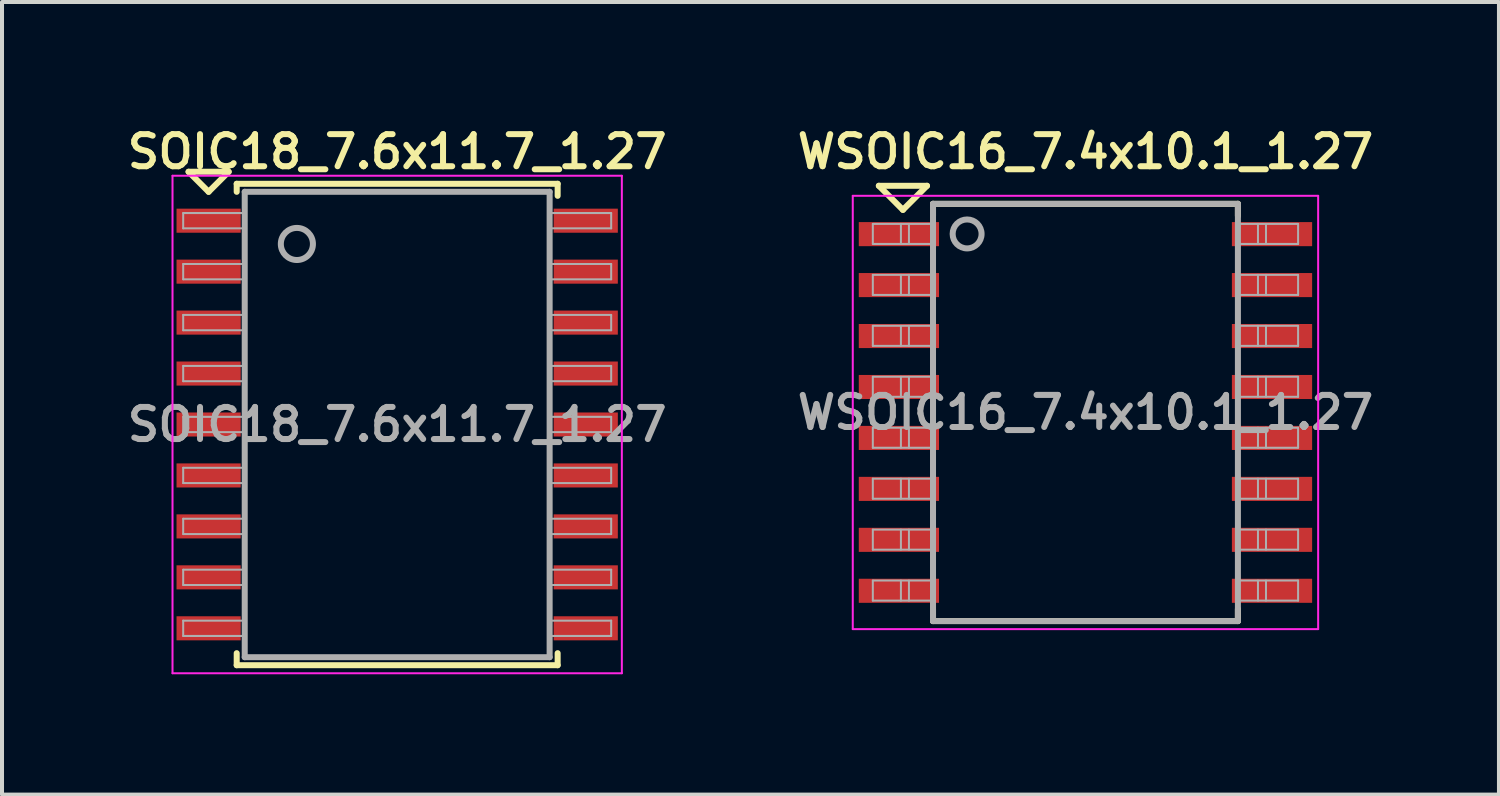
<source format=kicad_pcb>
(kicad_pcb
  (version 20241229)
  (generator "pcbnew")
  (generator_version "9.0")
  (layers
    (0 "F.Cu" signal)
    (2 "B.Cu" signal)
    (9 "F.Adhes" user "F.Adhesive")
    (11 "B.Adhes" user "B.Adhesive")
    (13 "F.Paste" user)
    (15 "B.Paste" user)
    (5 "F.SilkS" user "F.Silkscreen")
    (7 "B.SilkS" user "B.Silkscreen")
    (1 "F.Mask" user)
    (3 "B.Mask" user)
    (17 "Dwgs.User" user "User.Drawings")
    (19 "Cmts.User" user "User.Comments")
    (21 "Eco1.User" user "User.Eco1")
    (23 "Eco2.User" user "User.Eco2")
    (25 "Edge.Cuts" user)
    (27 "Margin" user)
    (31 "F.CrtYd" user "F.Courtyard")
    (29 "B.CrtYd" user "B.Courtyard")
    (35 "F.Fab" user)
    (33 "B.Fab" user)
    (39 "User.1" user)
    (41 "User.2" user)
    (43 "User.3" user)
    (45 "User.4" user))
  (footprint "SOIC18_7.6x11.7_1.27"
    (layer "F.Cu")
    (at 6.85 7.531)
    (property "Reference" "SOIC18_7.6x11.7_1.27" (at 0 -6.8 0) (layer "F.SilkS") (effects (font (size 0.8 0.8) (thickness 0.15))))
    (attr smd)
    (fp_line (start -5.2 -6.3) (end -4.7 -5.8) (stroke (width 0.15) (type solid)) (layer "F.SilkS"))
    (fp_line (start -4.7 -5.8) (end -4.2 -6.3) (stroke (width 0.15) (type solid)) (layer "F.SilkS"))
    (fp_line (start -4.2 -6.3) (end -5.2 -6.3) (stroke (width 0.15) (type solid)) (layer "F.SilkS"))
    (fp_line (start -4 -6) (end -4 -5.8) (stroke (width 0.15) (type solid)) (layer "F.SilkS"))
    (fp_line (start -4 -6) (end 4 -6) (stroke (width 0.15) (type solid)) (layer "F.SilkS"))
    (fp_line (start -4 6) (end -4 5.7) (stroke (width 0.15) (type solid)) (layer "F.SilkS"))
    (fp_line (start 4 -6) (end 4 -5.7) (stroke (width 0.15) (type solid)) (layer "F.SilkS"))
    (fp_line (start 4 6) (end -4 6) (stroke (width 0.15) (type solid)) (layer "F.SilkS"))
    (fp_line (start 4 6) (end 4 5.7) (stroke (width 0.15) (type solid)) (layer "F.SilkS"))
    (fp_line (start -5.6 -6.2) (end 5.6 -6.2) (stroke (width 0.05) (type solid)) (layer "F.CrtYd"))
    (fp_line (start -5.6 6.2) (end -5.6 -6.2) (stroke (width 0.05) (type solid)) (layer "F.CrtYd"))
    (fp_line (start -5.6 6.2) (end 5.6 6.2) (stroke (width 0.05) (type solid)) (layer "F.CrtYd"))
    (fp_line (start 5.6 6.2) (end 5.6 -6.2) (stroke (width 0.05) (type solid)) (layer "F.CrtYd"))
    (fp_line (start -5.334 -5.271) (end -3.81 -5.271) (stroke (width 0.05) (type solid)) (layer "F.Fab"))
    (fp_line (start -5.334 -4.889) (end -5.334 -5.271) (stroke (width 0.05) (type solid)) (layer "F.Fab"))
    (fp_line (start -5.334 -4) (end -3.81 -4) (stroke (width 0.05) (type solid)) (layer "F.Fab"))
    (fp_line (start -5.334 -3.619) (end -5.334 -4) (stroke (width 0.05) (type solid)) (layer "F.Fab"))
    (fp_line (start -5.334 -2.731) (end -3.81 -2.731) (stroke (width 0.05) (type solid)) (layer "F.Fab"))
    (fp_line (start -5.334 -2.349) (end -5.334 -2.731) (stroke (width 0.05) (type solid)) (layer "F.Fab"))
    (fp_line (start -5.334 -1.46) (end -3.81 -1.46) (stroke (width 0.05) (type solid)) (layer "F.Fab"))
    (fp_line (start -5.334 -1.079) (end -5.334 -1.46) (stroke (width 0.05) (type solid)) (layer "F.Fab"))
    (fp_line (start -5.334 -0.191) (end -3.81 -0.191) (stroke (width 0.05) (type solid)) (layer "F.Fab"))
    (fp_line (start -5.334 0.191) (end -5.334 -0.191) (stroke (width 0.05) (type solid)) (layer "F.Fab"))
    (fp_line (start -5.334 1.079) (end -5.334 1.46) (stroke (width 0.05) (type solid)) (layer "F.Fab"))
    (fp_line (start -5.334 1.46) (end -3.81 1.46) (stroke (width 0.05) (type solid)) (layer "F.Fab"))
    (fp_line (start -5.334 2.349) (end -3.81 2.349) (stroke (width 0.05) (type solid)) (layer "F.Fab"))
    (fp_line (start -5.334 2.731) (end -5.334 2.349) (stroke (width 0.05) (type solid)) (layer "F.Fab"))
    (fp_line (start -5.334 2.731) (end -3.81 2.731) (stroke (width 0.05) (type solid)) (layer "F.Fab"))
    (fp_line (start -5.334 3.619) (end -3.81 3.619) (stroke (width 0.05) (type solid)) (layer "F.Fab"))
    (fp_line (start -5.334 4) (end -5.334 3.619) (stroke (width 0.05) (type solid)) (layer "F.Fab"))
    (fp_line (start -5.334 4.889) (end -5.334 5.271) (stroke (width 0.05) (type solid)) (layer "F.Fab"))
    (fp_line (start -5.334 5.271) (end -3.81 5.271) (stroke (width 0.05) (type solid)) (layer "F.Fab"))
    (fp_line (start -3.81 -4.889) (end -5.334 -4.889) (stroke (width 0.05) (type solid)) (layer "F.Fab"))
    (fp_line (start -3.81 -3.619) (end -5.334 -3.619) (stroke (width 0.05) (type solid)) (layer "F.Fab"))
    (fp_line (start -3.81 -2.349) (end -5.334 -2.349) (stroke (width 0.05) (type solid)) (layer "F.Fab"))
    (fp_line (start -3.81 -1.079) (end -5.334 -1.079) (stroke (width 0.05) (type solid)) (layer "F.Fab"))
    (fp_line (start -3.81 0.191) (end -5.334 0.191) (stroke (width 0.05) (type solid)) (layer "F.Fab"))
    (fp_line (start -3.81 1.079) (end -5.334 1.079) (stroke (width 0.05) (type solid)) (layer "F.Fab"))
    (fp_line (start -3.81 4) (end -5.334 4) (stroke (width 0.05) (type solid)) (layer "F.Fab"))
    (fp_line (start -3.81 4.889) (end -5.334 4.889) (stroke (width 0.05) (type solid)) (layer "F.Fab"))
    (fp_line (start -3.8 -5.8) (end -3.8 5.8) (stroke (width 0.15) (type solid)) (layer "F.Fab"))
    (fp_line (start -3.8 -5.8) (end 3.8 -5.8) (stroke (width 0.15) (type solid)) (layer "F.Fab"))
    (fp_line (start -3.8 5.8) (end 3.8 5.8) (stroke (width 0.15) (type solid)) (layer "F.Fab"))
    (fp_line (start 3.8 -5.8) (end 3.8 5.8) (stroke (width 0.15) (type solid)) (layer "F.Fab"))
    (fp_line (start 3.81 -5.271) (end 5.334 -5.271) (stroke (width 0.05) (type solid)) (layer "F.Fab"))
    (fp_line (start 3.81 -4) (end 5.334 -4) (stroke (width 0.05) (type solid)) (layer "F.Fab"))
    (fp_line (start 3.81 -2.731) (end 5.334 -2.731) (stroke (width 0.05) (type solid)) (layer "F.Fab"))
    (fp_line (start 3.81 -1.46) (end 5.334 -1.46) (stroke (width 0.05) (type solid)) (layer "F.Fab"))
    (fp_line (start 3.81 -0.191) (end 5.334 -0.191) (stroke (width 0.05) (type solid)) (layer "F.Fab"))
    (fp_line (start 3.81 1.079) (end 5.334 1.079) (stroke (width 0.05) (type solid)) (layer "F.Fab"))
    (fp_line (start 3.81 2.349) (end 5.334 2.349) (stroke (width 0.05) (type solid)) (layer "F.Fab"))
    (fp_line (start 3.81 3.619) (end 5.334 3.619) (stroke (width 0.05) (type solid)) (layer "F.Fab"))
    (fp_line (start 3.81 4.889) (end 5.334 4.889) (stroke (width 0.05) (type solid)) (layer "F.Fab"))
    (fp_line (start 5.334 -5.271) (end 5.334 -4.889) (stroke (width 0.05) (type solid)) (layer "F.Fab"))
    (fp_line (start 5.334 -4.889) (end 3.81 -4.889) (stroke (width 0.05) (type solid)) (layer "F.Fab"))
    (fp_line (start 5.334 -4) (end 5.334 -3.619) (stroke (width 0.05) (type solid)) (layer "F.Fab"))
    (fp_line (start 5.334 -3.619) (end 3.81 -3.619) (stroke (width 0.05) (type solid)) (layer "F.Fab"))
    (fp_line (start 5.334 -2.731) (end 5.334 -2.349) (stroke (width 0.05) (type solid)) (layer "F.Fab"))
    (fp_line (start 5.334 -2.349) (end 3.81 -2.349) (stroke (width 0.05) (type solid)) (layer "F.Fab"))
    (fp_line (start 5.334 -1.46) (end 5.334 -1.079) (stroke (width 0.05) (type solid)) (layer "F.Fab"))
    (fp_line (start 5.334 -1.079) (end 3.81 -1.079) (stroke (width 0.05) (type solid)) (layer "F.Fab"))
    (fp_line (start 5.334 -0.191) (end 5.334 0.191) (stroke (width 0.05) (type solid)) (layer "F.Fab"))
    (fp_line (start 5.334 0.191) (end 3.81 0.191) (stroke (width 0.05) (type solid)) (layer "F.Fab"))
    (fp_line (start 5.334 1.079) (end 5.334 1.46) (stroke (width 0.05) (type solid)) (layer "F.Fab"))
    (fp_line (start 5.334 1.46) (end 3.81 1.46) (stroke (width 0.05) (type solid)) (layer "F.Fab"))
    (fp_line (start 5.334 2.349) (end 5.334 2.731) (stroke (width 0.05) (type solid)) (layer "F.Fab"))
    (fp_line (start 5.334 2.731) (end 3.81 2.731) (stroke (width 0.05) (type solid)) (layer "F.Fab"))
    (fp_line (start 5.334 3.619) (end 5.334 4) (stroke (width 0.05) (type solid)) (layer "F.Fab"))
    (fp_line (start 5.334 4) (end 3.81 4) (stroke (width 0.05) (type solid)) (layer "F.Fab"))
    (fp_line (start 5.334 4.889) (end 5.334 5.271) (stroke (width 0.05) (type solid)) (layer "F.Fab"))
    (fp_line (start 5.334 5.271) (end 3.81 5.271) (stroke (width 0.05) (type solid)) (layer "F.Fab"))
    (fp_circle (center -2.5 -4.5) (end -2.1 -4.5) (stroke (width 0.15) (type solid)) (fill no) (layer "F.Fab"))
    (fp_text user "${REFERENCE}" (at 0 0 0) (layer "F.Fab") (effects (font (size 0.8 0.8) (thickness 0.15))))
    (pad "1" smd rect (at -4.7 -5.08) (size 1.6 0.6) (layers "F.Cu" "F.Mask" "F.Paste"))
    (pad "2" smd rect (at -4.7 -3.81) (size 1.6 0.6) (layers "F.Cu" "F.Mask" "F.Paste"))
    (pad "3" smd rect (at -4.7 -2.54) (size 1.6 0.6) (layers "F.Cu" "F.Mask" "F.Paste"))
    (pad "4" smd rect (at -4.7 -1.27) (size 1.6 0.6) (layers "F.Cu" "F.Mask" "F.Paste"))
    (pad "5" smd rect (at -4.7 0) (size 1.6 0.6) (layers "F.Cu" "F.Mask" "F.Paste"))
    (pad "6" smd rect (at -4.7 1.27) (size 1.6 0.6) (layers "F.Cu" "F.Mask" "F.Paste"))
    (pad "7" smd rect (at -4.7 2.54) (size 1.6 0.6) (layers "F.Cu" "F.Mask" "F.Paste"))
    (pad "8" smd rect (at -4.7 3.81) (size 1.6 0.6) (layers "F.Cu" "F.Mask" "F.Paste"))
    (pad "9" smd rect (at -4.7 5.08) (size 1.6 0.6) (layers "F.Cu" "F.Mask" "F.Paste"))
    (pad "10" smd rect (at 4.7 5.08) (size 1.6 0.6) (layers "F.Cu" "F.Mask" "F.Paste"))
    (pad "11" smd rect (at 4.7 3.81) (size 1.6 0.6) (layers "F.Cu" "F.Mask" "F.Paste"))
    (pad "12" smd rect (at 4.7 2.54) (size 1.6 0.6) (layers "F.Cu" "F.Mask" "F.Paste"))
    (pad "13" smd rect (at 4.7 1.27) (size 1.6 0.6) (layers "F.Cu" "F.Mask" "F.Paste"))
    (pad "14" smd rect (at 4.7 0) (size 1.6 0.6) (layers "F.Cu" "F.Mask" "F.Paste"))
    (pad "15" smd rect (at 4.7 -1.27) (size 1.6 0.6) (layers "F.Cu" "F.Mask" "F.Paste"))
    (pad "16" smd rect (at 4.7 -2.54) (size 1.6 0.6) (layers "F.Cu" "F.Mask" "F.Paste"))
    (pad "17" smd rect (at 4.7 -3.81) (size 1.6 0.6) (layers "F.Cu" "F.Mask" "F.Paste"))
    (pad "18" smd rect (at 4.7 -5.08) (size 1.6 0.6) (layers "F.Cu" "F.Mask" "F.Paste")))
  (footprint "WSOIC16_7.4x10.1_1.27"
    (layer "F.Cu")
    (at 24.006 7.231)
    (property "Reference" "WSOIC16_7.4x10.1_1.27" (at 0 -6.5 0) (layer "F.SilkS") (effects (font (size 0.8 0.8) (thickness 0.15))))
    (attr smd)
    (fp_line (start -5.15 -5.65) (end -3.95 -5.65) (stroke (width 0.15) (type solid)) (layer "F.SilkS"))
    (fp_line (start -4.55 -5.05) (end -5.15 -5.65) (stroke (width 0.15) (type solid)) (layer "F.SilkS"))
    (fp_line (start -4.55 -5.05) (end -3.95 -5.65) (stroke (width 0.15) (type solid)) (layer "F.SilkS"))
    (fp_line (start -3.8 -5.2) (end -3.8 -4.9) (stroke (width 0.15) (type solid)) (layer "F.SilkS"))
    (fp_line (start -3.8 -5.2) (end 3.8 -5.2) (stroke (width 0.15) (type solid)) (layer "F.SilkS"))
    (fp_line (start -3.8 4.9) (end -3.8 5.2) (stroke (width 0.15) (type solid)) (layer "F.SilkS"))
    (fp_line (start -3.8 5.2) (end 3.8 5.2) (stroke (width 0.15) (type solid)) (layer "F.SilkS"))
    (fp_line (start 3.8 -5.2) (end 3.8 -4.9) (stroke (width 0.15) (type solid)) (layer "F.SilkS"))
    (fp_line (start 3.8 5.2) (end 3.8 4.9) (stroke (width 0.15) (type solid)) (layer "F.SilkS"))
    (fp_line (start -5.8 -5.4) (end 5.8 -5.4) (stroke (width 0.05) (type solid)) (layer "F.CrtYd"))
    (fp_line (start -5.8 5.4) (end -5.8 -5.4) (stroke (width 0.05) (type solid)) (layer "F.CrtYd"))
    (fp_line (start 5.8 -5.4) (end 5.8 5.4) (stroke (width 0.05) (type solid)) (layer "F.CrtYd"))
    (fp_line (start 5.8 5.4) (end -5.8 5.4) (stroke (width 0.05) (type solid)) (layer "F.CrtYd"))
    (fp_line (start -5.3 -4.7) (end -5.3 -4.2) (stroke (width 0.05) (type solid)) (layer "F.Fab"))
    (fp_line (start -5.3 -4.2) (end -3.8 -4.2) (stroke (width 0.05) (type solid)) (layer "F.Fab"))
    (fp_line (start -5.3 -3.43) (end -5.3 -2.93) (stroke (width 0.05) (type solid)) (layer "F.Fab"))
    (fp_line (start -5.3 -2.93) (end -3.8 -2.93) (stroke (width 0.05) (type solid)) (layer "F.Fab"))
    (fp_line (start -5.3 -2.16) (end -5.3 -1.66) (stroke (width 0.05) (type solid)) (layer "F.Fab"))
    (fp_line (start -5.3 -1.66) (end -3.8 -1.66) (stroke (width 0.05) (type solid)) (layer "F.Fab"))
    (fp_line (start -5.3 -0.89) (end -5.3 -0.39) (stroke (width 0.05) (type solid)) (layer "F.Fab"))
    (fp_line (start -5.3 -0.39) (end -3.8 -0.39) (stroke (width 0.05) (type solid)) (layer "F.Fab"))
    (fp_line (start -5.3 0.38) (end -5.3 0.88) (stroke (width 0.05) (type solid)) (layer "F.Fab"))
    (fp_line (start -5.3 0.88) (end -3.8 0.88) (stroke (width 0.05) (type solid)) (layer "F.Fab"))
    (fp_line (start -5.3 1.65) (end -5.3 2.15) (stroke (width 0.05) (type solid)) (layer "F.Fab"))
    (fp_line (start -5.3 2.15) (end -3.8 2.15) (stroke (width 0.05) (type solid)) (layer "F.Fab"))
    (fp_line (start -5.3 2.92) (end -5.3 3.42) (stroke (width 0.05) (type solid)) (layer "F.Fab"))
    (fp_line (start -5.3 3.42) (end -3.8 3.42) (stroke (width 0.05) (type solid)) (layer "F.Fab"))
    (fp_line (start -5.3 4.19) (end -5.3 4.69) (stroke (width 0.05) (type solid)) (layer "F.Fab"))
    (fp_line (start -5.3 4.69) (end -3.8 4.69) (stroke (width 0.05) (type solid)) (layer "F.Fab"))
    (fp_line (start -4.6 -4.7) (end -4.6 -4.2) (stroke (width 0.05) (type solid)) (layer "F.Fab"))
    (fp_line (start -4.6 -3.43) (end -4.6 -2.93) (stroke (width 0.05) (type solid)) (layer "F.Fab"))
    (fp_line (start -4.6 -2.16) (end -4.6 -1.66) (stroke (width 0.05) (type solid)) (layer "F.Fab"))
    (fp_line (start -4.6 -0.89) (end -4.6 -0.39) (stroke (width 0.05) (type solid)) (layer "F.Fab"))
    (fp_line (start -4.6 0.38) (end -4.6 0.88) (stroke (width 0.05) (type solid)) (layer "F.Fab"))
    (fp_line (start -4.6 1.65) (end -4.6 2.15) (stroke (width 0.05) (type solid)) (layer "F.Fab"))
    (fp_line (start -4.6 2.92) (end -4.6 3.42) (stroke (width 0.05) (type solid)) (layer "F.Fab"))
    (fp_line (start -4.6 4.19) (end -4.6 4.69) (stroke (width 0.05) (type solid)) (layer "F.Fab"))
    (fp_line (start -4.4 -4.7) (end -4.4 -4.2) (stroke (width 0.05) (type solid)) (layer "F.Fab"))
    (fp_line (start -4.4 -3.43) (end -4.4 -2.93) (stroke (width 0.05) (type solid)) (layer "F.Fab"))
    (fp_line (start -4.4 -2.16) (end -4.4 -1.66) (stroke (width 0.05) (type solid)) (layer "F.Fab"))
    (fp_line (start -4.4 -0.89) (end -4.4 -0.39) (stroke (width 0.05) (type solid)) (layer "F.Fab"))
    (fp_line (start -4.4 0.38) (end -4.4 0.88) (stroke (width 0.05) (type solid)) (layer "F.Fab"))
    (fp_line (start -4.4 1.65) (end -4.4 2.15) (stroke (width 0.05) (type solid)) (layer "F.Fab"))
    (fp_line (start -4.4 2.92) (end -4.4 3.42) (stroke (width 0.05) (type solid)) (layer "F.Fab"))
    (fp_line (start -4.4 4.19) (end -4.4 4.69) (stroke (width 0.05) (type solid)) (layer "F.Fab"))
    (fp_line (start -3.8 -5.2) (end 3.8 -5.2) (stroke (width 0.15) (type solid)) (layer "F.Fab"))
    (fp_line (start -3.8 -4.7) (end -5.3 -4.7) (stroke (width 0.05) (type solid)) (layer "F.Fab"))
    (fp_line (start -3.8 -3.43) (end -5.3 -3.43) (stroke (width 0.05) (type solid)) (layer "F.Fab"))
    (fp_line (start -3.8 -2.16) (end -5.3 -2.16) (stroke (width 0.05) (type solid)) (layer "F.Fab"))
    (fp_line (start -3.8 -0.89) (end -5.3 -0.89) (stroke (width 0.05) (type solid)) (layer "F.Fab"))
    (fp_line (start -3.8 0.38) (end -5.3 0.38) (stroke (width 0.05) (type solid)) (layer "F.Fab"))
    (fp_line (start -3.8 1.65) (end -5.3 1.65) (stroke (width 0.05) (type solid)) (layer "F.Fab"))
    (fp_line (start -3.8 2.92) (end -5.3 2.92) (stroke (width 0.05) (type solid)) (layer "F.Fab"))
    (fp_line (start -3.8 4.19) (end -5.3 4.19) (stroke (width 0.05) (type solid)) (layer "F.Fab"))
    (fp_line (start -3.8 5.2) (end -3.8 -5.2) (stroke (width 0.15) (type solid)) (layer "F.Fab"))
    (fp_line (start 3.8 -5.2) (end 3.8 5.2) (stroke (width 0.15) (type solid)) (layer "F.Fab"))
    (fp_line (start 3.8 -4.2) (end 5.3 -4.2) (stroke (width 0.05) (type solid)) (layer "F.Fab"))
    (fp_line (start 3.8 -2.93) (end 5.3 -2.93) (stroke (width 0.05) (type solid)) (layer "F.Fab"))
    (fp_line (start 3.8 -1.66) (end 5.3 -1.66) (stroke (width 0.05) (type solid)) (layer "F.Fab"))
    (fp_line (start 3.8 -0.39) (end 5.3 -0.39) (stroke (width 0.05) (type solid)) (layer "F.Fab"))
    (fp_line (start 3.8 0.88) (end 5.3 0.88) (stroke (width 0.05) (type solid)) (layer "F.Fab"))
    (fp_line (start 3.8 2.15) (end 5.3 2.15) (stroke (width 0.05) (type solid)) (layer "F.Fab"))
    (fp_line (start 3.8 3.42) (end 5.3 3.42) (stroke (width 0.05) (type solid)) (layer "F.Fab"))
    (fp_line (start 3.8 4.69) (end 5.3 4.69) (stroke (width 0.05) (type solid)) (layer "F.Fab"))
    (fp_line (start 3.8 5.2) (end -3.8 5.2) (stroke (width 0.15) (type solid)) (layer "F.Fab"))
    (fp_line (start 4.3 -4.7) (end 4.3 -4.2) (stroke (width 0.05) (type solid)) (layer "F.Fab"))
    (fp_line (start 4.3 -3.43) (end 4.3 -2.93) (stroke (width 0.05) (type solid)) (layer "F.Fab"))
    (fp_line (start 4.3 -2.16) (end 4.3 -1.66) (stroke (width 0.05) (type solid)) (layer "F.Fab"))
    (fp_line (start 4.3 -0.89) (end 4.3 -0.39) (stroke (width 0.05) (type solid)) (layer "F.Fab"))
    (fp_line (start 4.3 0.38) (end 4.3 0.88) (stroke (width 0.05) (type solid)) (layer "F.Fab"))
    (fp_line (start 4.3 1.65) (end 4.3 2.15) (stroke (width 0.05) (type solid)) (layer "F.Fab"))
    (fp_line (start 4.3 2.92) (end 4.3 3.42) (stroke (width 0.05) (type solid)) (layer "F.Fab"))
    (fp_line (start 4.3 4.19) (end 4.3 4.69) (stroke (width 0.05) (type solid)) (layer "F.Fab"))
    (fp_line (start 4.5 -4.7) (end 4.5 -4.2) (stroke (width 0.05) (type solid)) (layer "F.Fab"))
    (fp_line (start 4.5 -3.43) (end 4.5 -2.93) (stroke (width 0.05) (type solid)) (layer "F.Fab"))
    (fp_line (start 4.5 -2.16) (end 4.5 -1.66) (stroke (width 0.05) (type solid)) (layer "F.Fab"))
    (fp_line (start 4.5 -0.89) (end 4.5 -0.39) (stroke (width 0.05) (type solid)) (layer "F.Fab"))
    (fp_line (start 4.5 0.38) (end 4.5 0.88) (stroke (width 0.05) (type solid)) (layer "F.Fab"))
    (fp_line (start 4.5 1.65) (end 4.5 2.15) (stroke (width 0.05) (type solid)) (layer "F.Fab"))
    (fp_line (start 4.5 2.92) (end 4.5 3.42) (stroke (width 0.05) (type solid)) (layer "F.Fab"))
    (fp_line (start 4.5 4.19) (end 4.5 4.69) (stroke (width 0.05) (type solid)) (layer "F.Fab"))
    (fp_line (start 5.3 -4.7) (end 3.8 -4.7) (stroke (width 0.05) (type solid)) (layer "F.Fab"))
    (fp_line (start 5.3 -4.7) (end 5.3 -4.2) (stroke (width 0.05) (type solid)) (layer "F.Fab"))
    (fp_line (start 5.3 -3.43) (end 3.8 -3.43) (stroke (width 0.05) (type solid)) (layer "F.Fab"))
    (fp_line (start 5.3 -3.43) (end 5.3 -2.93) (stroke (width 0.05) (type solid)) (layer "F.Fab"))
    (fp_line (start 5.3 -2.16) (end 3.8 -2.16) (stroke (width 0.05) (type solid)) (layer "F.Fab"))
    (fp_line (start 5.3 -2.16) (end 5.3 -1.66) (stroke (width 0.05) (type solid)) (layer "F.Fab"))
    (fp_line (start 5.3 -0.89) (end 3.8 -0.89) (stroke (width 0.05) (type solid)) (layer "F.Fab"))
    (fp_line (start 5.3 -0.89) (end 5.3 -0.39) (stroke (width 0.05) (type solid)) (layer "F.Fab"))
    (fp_line (start 5.3 0.38) (end 3.8 0.38) (stroke (width 0.05) (type solid)) (layer "F.Fab"))
    (fp_line (start 5.3 0.38) (end 5.3 0.88) (stroke (width 0.05) (type solid)) (layer "F.Fab"))
    (fp_line (start 5.3 1.65) (end 3.8 1.65) (stroke (width 0.05) (type solid)) (layer "F.Fab"))
    (fp_line (start 5.3 1.65) (end 5.3 2.15) (stroke (width 0.05) (type solid)) (layer "F.Fab"))
    (fp_line (start 5.3 2.92) (end 3.8 2.92) (stroke (width 0.05) (type solid)) (layer "F.Fab"))
    (fp_line (start 5.3 2.92) (end 5.3 3.42) (stroke (width 0.05) (type solid)) (layer "F.Fab"))
    (fp_line (start 5.3 4.19) (end 3.8 4.19) (stroke (width 0.05) (type solid)) (layer "F.Fab"))
    (fp_line (start 5.3 4.19) (end 5.3 4.69) (stroke (width 0.05) (type solid)) (layer "F.Fab"))
    (fp_circle (center -2.95 -4.45) (end -2.65 -4.25) (stroke (width 0.15) (type solid)) (fill no) (layer "F.Fab"))
    (fp_text user "${REFERENCE}" (at 0 0 0) (layer "F.Fab") (effects (font (size 0.8 0.8) (thickness 0.15))))
    (pad "1" smd rect (at -4.65 -4.445) (size 2 0.6) (layers "F.Cu" "F.Mask" "F.Paste"))
    (pad "2" smd rect (at -4.65 -3.175) (size 2 0.6) (layers "F.Cu" "F.Mask" "F.Paste"))
    (pad "3" smd rect (at -4.65 -1.905) (size 2 0.6) (layers "F.Cu" "F.Mask" "F.Paste"))
    (pad "4" smd rect (at -4.65 -0.635) (size 2 0.6) (layers "F.Cu" "F.Mask" "F.Paste"))
    (pad "5" smd rect (at -4.65 0.635) (size 2 0.6) (layers "F.Cu" "F.Mask" "F.Paste"))
    (pad "6" smd rect (at -4.65 1.905) (size 2 0.6) (layers "F.Cu" "F.Mask" "F.Paste"))
    (pad "7" smd rect (at -4.65 3.175) (size 2 0.6) (layers "F.Cu" "F.Mask" "F.Paste"))
    (pad "8" smd rect (at -4.65 4.445) (size 2 0.6) (layers "F.Cu" "F.Mask" "F.Paste"))
    (pad "9" smd rect (at 4.65 4.445) (size 2 0.6) (layers "F.Cu" "F.Mask" "F.Paste"))
    (pad "10" smd rect (at 4.65 3.175) (size 2 0.6) (layers "F.Cu" "F.Mask" "F.Paste"))
    (pad "11" smd rect (at 4.65 1.905) (size 2 0.6) (layers "F.Cu" "F.Mask" "F.Paste"))
    (pad "12" smd rect (at 4.65 0.635) (size 2 0.6) (layers "F.Cu" "F.Mask" "F.Paste"))
    (pad "13" smd rect (at 4.65 -0.635) (size 2 0.6) (layers "F.Cu" "F.Mask" "F.Paste"))
    (pad "14" smd rect (at 4.65 -1.905) (size 2 0.6) (layers "F.Cu" "F.Mask" "F.Paste"))
    (pad "15" smd rect (at 4.65 -3.175) (size 2 0.6) (layers "F.Cu" "F.Mask" "F.Paste"))
    (pad "16" smd rect (at 4.65 -4.445) (size 2 0.6) (layers "F.Cu" "F.Mask" "F.Paste")))
  (gr_rect
    (start -3 -3)
    (end 34.313 16.756)
    (stroke (width 0.1) (type default))
    (fill no)
    (layer "Edge.Cuts")))
</source>
